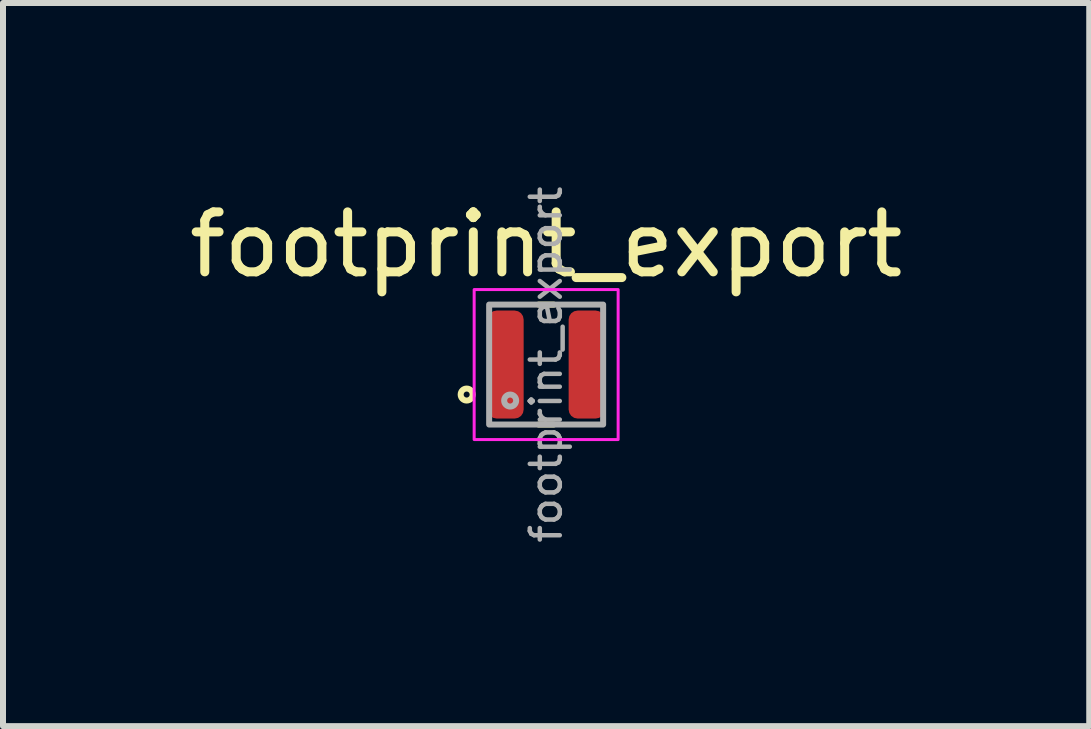
<source format=kicad_pcb>
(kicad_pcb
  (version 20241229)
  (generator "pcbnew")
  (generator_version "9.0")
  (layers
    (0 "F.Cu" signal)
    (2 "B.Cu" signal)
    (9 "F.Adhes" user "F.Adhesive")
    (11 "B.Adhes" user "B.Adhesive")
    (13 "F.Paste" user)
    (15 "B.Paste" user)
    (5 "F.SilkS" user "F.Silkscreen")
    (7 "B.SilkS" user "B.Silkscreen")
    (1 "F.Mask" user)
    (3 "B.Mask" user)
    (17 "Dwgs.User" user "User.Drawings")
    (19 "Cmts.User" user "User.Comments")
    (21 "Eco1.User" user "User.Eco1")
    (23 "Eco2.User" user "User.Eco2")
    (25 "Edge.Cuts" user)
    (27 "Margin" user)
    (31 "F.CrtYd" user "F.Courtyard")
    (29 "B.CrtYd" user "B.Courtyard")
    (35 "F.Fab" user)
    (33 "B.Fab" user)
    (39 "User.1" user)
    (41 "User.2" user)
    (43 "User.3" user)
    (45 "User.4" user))
  (footprint "footprint_export"
    (layer "F.Cu")
    (at 6.054 3.027)
    (property "Reference" "footprint_export" (at 0 -2 0) (unlocked yes) (layer "F.SilkS") (effects (font (size 1 1) (thickness 0.15))))
    (attr smd)
    (fp_line (start -0.125 -1) (end 0.125 -1) (stroke (width 0.1) (type solid)) (layer "F.SilkS"))
    (fp_line (start -0.125 1) (end 0.125 1) (stroke (width 0.1) (type solid)) (layer "F.SilkS"))
    (fp_circle (center -1.325 0.5) (end -1.225 0.5) (stroke (width 0.1) (type solid)) (fill no) (layer "F.SilkS"))
    (fp_rect (start -1.2 -1.25) (end 1.2 1.25) (stroke (width 0.05) (type default)) (fill no) (layer "F.CrtYd"))
    (fp_rect (start -0.95 -1) (end 0.95 1) (stroke (width 0.1) (type solid)) (fill no) (layer "F.Fab"))
    (fp_circle (center -0.6 0.6) (end -0.6 0.7) (stroke (width 0.1) (type solid)) (fill no) (layer "F.Fab"))
    (fp_text user "${REFERENCE}" (at 0 0 90) (unlocked yes) (layer "F.Fab") (effects (font (size 0.5 0.5) (thickness 0.075))))
    (pad "1" smd roundrect (at -0.675 0) (size 0.6 1.8) (layers "F.Cu" "F.Mask" "F.Paste") (roundrect_rratio 0.25))
    (pad "2" smd roundrect (at 0.675 0) (size 0.6 1.8) (layers "F.Cu" "F.Mask" "F.Paste") (roundrect_rratio 0.25)))
  (gr_rect
    (start -3 -3)
    (end 15.107 9.054)
    (stroke (width 0.1) (type default))
    (fill no)
    (layer "Edge.Cuts")))
</source>
